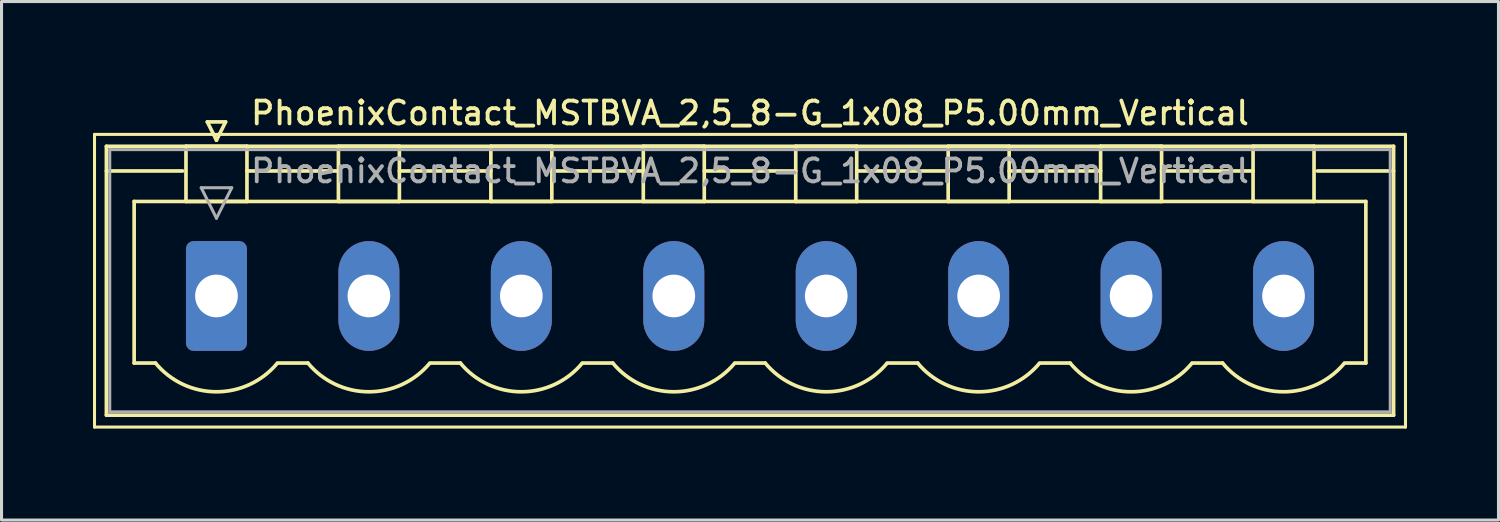
<source format=kicad_pcb>
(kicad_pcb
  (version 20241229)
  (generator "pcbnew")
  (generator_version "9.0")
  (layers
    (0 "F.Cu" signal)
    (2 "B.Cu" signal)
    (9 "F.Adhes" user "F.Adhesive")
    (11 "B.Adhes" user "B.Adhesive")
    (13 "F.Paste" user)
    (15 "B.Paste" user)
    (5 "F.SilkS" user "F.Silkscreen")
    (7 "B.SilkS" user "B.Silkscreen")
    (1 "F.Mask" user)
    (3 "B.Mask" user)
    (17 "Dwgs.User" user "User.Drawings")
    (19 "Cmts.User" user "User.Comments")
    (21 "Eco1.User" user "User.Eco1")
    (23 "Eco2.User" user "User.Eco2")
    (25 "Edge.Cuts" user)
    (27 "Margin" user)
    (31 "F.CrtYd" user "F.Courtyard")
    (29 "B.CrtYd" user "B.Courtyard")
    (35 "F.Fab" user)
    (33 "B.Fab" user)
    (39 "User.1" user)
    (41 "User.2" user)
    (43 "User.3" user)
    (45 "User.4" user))
  (footprint "PhoenixContact_MSTBVA_2,5_8-G_1x08_P5.00mm_Vertical"
    (layer "F.Cu")
    (at 4.05 6.658)
    (property "Reference" "PhoenixContact_MSTBVA_2,5_8-G_1x08_P5.00mm_Vertical" (at 17.5 -6 0) (layer "F.SilkS") (effects (font (size 0.75 0.75) (thickness 0.125))))
    (attr through_hole)
    (fp_line (start -4 -5.3) (end -4 4.3) (stroke (width 0.1) (type solid)) (layer "F.SilkS"))
    (fp_line (start -4 4.3) (end 39 4.3) (stroke (width 0.1) (type solid)) (layer "F.SilkS"))
    (fp_line (start -3.61 -4.91) (end -3.61 3.91) (stroke (width 0.12) (type solid)) (layer "F.SilkS"))
    (fp_line (start -3.61 -4.1) (end -1.11 -4.1) (stroke (width 0.12) (type solid)) (layer "F.SilkS"))
    (fp_line (start -3.61 3.91) (end 38.61 3.91) (stroke (width 0.12) (type solid)) (layer "F.SilkS"))
    (fp_line (start -2.7 -3.1) (end 37.7 -3.1) (stroke (width 0.12) (type solid)) (layer "F.SilkS"))
    (fp_line (start -2.7 2.2) (end -2.7 -3.1) (stroke (width 0.12) (type solid)) (layer "F.SilkS"))
    (fp_line (start -2 2.2) (end -2.7 2.2) (stroke (width 0.12) (type solid)) (layer "F.SilkS"))
    (fp_line (start -1 -4.91) (end 1 -4.91) (stroke (width 0.12) (type solid)) (layer "F.SilkS"))
    (fp_line (start -1 -3.1) (end -1 -4.91) (stroke (width 0.12) (type solid)) (layer "F.SilkS"))
    (fp_line (start -0.3 -5.71) (end 0.3 -5.71) (stroke (width 0.12) (type solid)) (layer "F.SilkS"))
    (fp_line (start 0 -5.11) (end -0.3 -5.71) (stroke (width 0.12) (type solid)) (layer "F.SilkS"))
    (fp_line (start 0.3 -5.71) (end 0 -5.11) (stroke (width 0.12) (type solid)) (layer "F.SilkS"))
    (fp_line (start 1 -4.91) (end 1 -3.1) (stroke (width 0.12) (type solid)) (layer "F.SilkS"))
    (fp_line (start 1 -4.1) (end 4 -4.1) (stroke (width 0.12) (type solid)) (layer "F.SilkS"))
    (fp_line (start 1 -3.1) (end -1 -3.1) (stroke (width 0.12) (type solid)) (layer "F.SilkS"))
    (fp_line (start 2 2.2) (end 3 2.2) (stroke (width 0.12) (type solid)) (layer "F.SilkS"))
    (fp_line (start 4 -4.91) (end 6 -4.91) (stroke (width 0.12) (type solid)) (layer "F.SilkS"))
    (fp_line (start 4 -3.1) (end 4 -4.91) (stroke (width 0.12) (type solid)) (layer "F.SilkS"))
    (fp_line (start 6 -4.91) (end 6 -3.1) (stroke (width 0.12) (type solid)) (layer "F.SilkS"))
    (fp_line (start 6 -4.1) (end 9 -4.1) (stroke (width 0.12) (type solid)) (layer "F.SilkS"))
    (fp_line (start 6 -3.1) (end 4 -3.1) (stroke (width 0.12) (type solid)) (layer "F.SilkS"))
    (fp_line (start 7 2.2) (end 8 2.2) (stroke (width 0.12) (type solid)) (layer "F.SilkS"))
    (fp_line (start 9 -4.91) (end 11 -4.91) (stroke (width 0.12) (type solid)) (layer "F.SilkS"))
    (fp_line (start 9 -3.1) (end 9 -4.91) (stroke (width 0.12) (type solid)) (layer "F.SilkS"))
    (fp_line (start 11 -4.91) (end 11 -3.1) (stroke (width 0.12) (type solid)) (layer "F.SilkS"))
    (fp_line (start 11 -4.1) (end 14 -4.1) (stroke (width 0.12) (type solid)) (layer "F.SilkS"))
    (fp_line (start 11 -3.1) (end 9 -3.1) (stroke (width 0.12) (type solid)) (layer "F.SilkS"))
    (fp_line (start 12 2.2) (end 13 2.2) (stroke (width 0.12) (type solid)) (layer "F.SilkS"))
    (fp_line (start 14 -4.91) (end 16 -4.91) (stroke (width 0.12) (type solid)) (layer "F.SilkS"))
    (fp_line (start 14 -3.1) (end 14 -4.91) (stroke (width 0.12) (type solid)) (layer "F.SilkS"))
    (fp_line (start 16 -4.91) (end 16 -3.1) (stroke (width 0.12) (type solid)) (layer "F.SilkS"))
    (fp_line (start 16 -4.1) (end 19 -4.1) (stroke (width 0.12) (type solid)) (layer "F.SilkS"))
    (fp_line (start 16 -3.1) (end 14 -3.1) (stroke (width 0.12) (type solid)) (layer "F.SilkS"))
    (fp_line (start 17 2.2) (end 18 2.2) (stroke (width 0.12) (type solid)) (layer "F.SilkS"))
    (fp_line (start 19 -4.91) (end 21 -4.91) (stroke (width 0.12) (type solid)) (layer "F.SilkS"))
    (fp_line (start 19 -3.1) (end 19 -4.91) (stroke (width 0.12) (type solid)) (layer "F.SilkS"))
    (fp_line (start 21 -4.91) (end 21 -3.1) (stroke (width 0.12) (type solid)) (layer "F.SilkS"))
    (fp_line (start 21 -4.1) (end 24 -4.1) (stroke (width 0.12) (type solid)) (layer "F.SilkS"))
    (fp_line (start 21 -3.1) (end 19 -3.1) (stroke (width 0.12) (type solid)) (layer "F.SilkS"))
    (fp_line (start 22 2.2) (end 23 2.2) (stroke (width 0.12) (type solid)) (layer "F.SilkS"))
    (fp_line (start 24 -4.91) (end 26 -4.91) (stroke (width 0.12) (type solid)) (layer "F.SilkS"))
    (fp_line (start 24 -3.1) (end 24 -4.91) (stroke (width 0.12) (type solid)) (layer "F.SilkS"))
    (fp_line (start 26 -4.91) (end 26 -3.1) (stroke (width 0.12) (type solid)) (layer "F.SilkS"))
    (fp_line (start 26 -4.1) (end 29 -4.1) (stroke (width 0.12) (type solid)) (layer "F.SilkS"))
    (fp_line (start 26 -3.1) (end 24 -3.1) (stroke (width 0.12) (type solid)) (layer "F.SilkS"))
    (fp_line (start 27 2.2) (end 28 2.2) (stroke (width 0.12) (type solid)) (layer "F.SilkS"))
    (fp_line (start 29 -4.91) (end 31 -4.91) (stroke (width 0.12) (type solid)) (layer "F.SilkS"))
    (fp_line (start 29 -3.1) (end 29 -4.91) (stroke (width 0.12) (type solid)) (layer "F.SilkS"))
    (fp_line (start 31 -4.91) (end 31 -3.1) (stroke (width 0.12) (type solid)) (layer "F.SilkS"))
    (fp_line (start 31 -4.1) (end 34 -4.1) (stroke (width 0.12) (type solid)) (layer "F.SilkS"))
    (fp_line (start 31 -3.1) (end 29 -3.1) (stroke (width 0.12) (type solid)) (layer "F.SilkS"))
    (fp_line (start 32 2.2) (end 33 2.2) (stroke (width 0.12) (type solid)) (layer "F.SilkS"))
    (fp_line (start 34 -4.91) (end 36 -4.91) (stroke (width 0.12) (type solid)) (layer "F.SilkS"))
    (fp_line (start 34 -3.1) (end 34 -4.91) (stroke (width 0.12) (type solid)) (layer "F.SilkS"))
    (fp_line (start 36 -4.91) (end 36 -3.1) (stroke (width 0.12) (type solid)) (layer "F.SilkS"))
    (fp_line (start 36 -3.1) (end 34 -3.1) (stroke (width 0.12) (type solid)) (layer "F.SilkS"))
    (fp_line (start 37.7 -3.1) (end 37.7 2.2) (stroke (width 0.12) (type solid)) (layer "F.SilkS"))
    (fp_line (start 37.7 2.2) (end 37 2.2) (stroke (width 0.12) (type solid)) (layer "F.SilkS"))
    (fp_line (start 38.61 -4.91) (end -3.61 -4.91) (stroke (width 0.12) (type solid)) (layer "F.SilkS"))
    (fp_line (start 38.61 -4.1) (end 36.11 -4.1) (stroke (width 0.12) (type solid)) (layer "F.SilkS"))
    (fp_line (start 38.61 3.91) (end 38.61 -4.91) (stroke (width 0.12) (type solid)) (layer "F.SilkS"))
    (fp_line (start 39 -5.3) (end -4 -5.3) (stroke (width 0.1) (type solid)) (layer "F.SilkS"))
    (fp_line (start 39 4.3) (end 39 -5.3) (stroke (width 0.1) (type solid)) (layer "F.SilkS"))
    (fp_arc (start 1.986842 2.215821) (mid -0.010289 3.142758) (end -2 2.2) (stroke (width 0.12) (type solid)) (layer "F.SilkS"))
    (fp_arc (start 6.986842 2.215821) (mid 4.989711 3.142758) (end 3 2.2) (stroke (width 0.12) (type solid)) (layer "F.SilkS"))
    (fp_arc (start 11.986842 2.215821) (mid 9.989711 3.142758) (end 8 2.2) (stroke (width 0.12) (type solid)) (layer "F.SilkS"))
    (fp_arc (start 16.986842 2.215821) (mid 14.989711 3.142758) (end 13 2.2) (stroke (width 0.12) (type solid)) (layer "F.SilkS"))
    (fp_arc (start 21.986842 2.215821) (mid 19.989711 3.142758) (end 18 2.2) (stroke (width 0.12) (type solid)) (layer "F.SilkS"))
    (fp_arc (start 26.986842 2.215821) (mid 24.989711 3.142758) (end 23 2.2) (stroke (width 0.12) (type solid)) (layer "F.SilkS"))
    (fp_arc (start 31.986842 2.215821) (mid 29.989711 3.142758) (end 28 2.2) (stroke (width 0.12) (type solid)) (layer "F.SilkS"))
    (fp_arc (start 36.986842 2.215821) (mid 34.989711 3.142758) (end 33 2.2) (stroke (width 0.12) (type solid)) (layer "F.SilkS"))
    (fp_line (start -3.5 -4.8) (end -3.5 3.8) (stroke (width 0.1) (type solid)) (layer "F.Fab"))
    (fp_line (start -3.5 3.8) (end 38.5 3.8) (stroke (width 0.1) (type solid)) (layer "F.Fab"))
    (fp_line (start -0.5 -3.55) (end 0.5 -3.55) (stroke (width 0.1) (type solid)) (layer "F.Fab"))
    (fp_line (start 0 -2.55) (end -0.5 -3.55) (stroke (width 0.1) (type solid)) (layer "F.Fab"))
    (fp_line (start 0.5 -3.55) (end 0 -2.55) (stroke (width 0.1) (type solid)) (layer "F.Fab"))
    (fp_line (start 38.5 -4.8) (end -3.5 -4.8) (stroke (width 0.1) (type solid)) (layer "F.Fab"))
    (fp_line (start 38.5 3.8) (end 38.5 -4.8) (stroke (width 0.1) (type solid)) (layer "F.Fab"))
    (fp_text user "${REFERENCE}" (at 17.5 -4.1 0) (layer "F.Fab") (effects (font (size 0.75 0.75) (thickness 0.125))))
    (pad "1" thru_hole roundrect (at 0 0) (size 2 3.6) (drill 1.4) (layers "*.Cu" "*.Mask") (roundrect_rratio 0.125))
    (pad "2" thru_hole oval (at 5 0) (size 2 3.6) (drill 1.4) (layers "*.Cu" "*.Mask"))
    (pad "3" thru_hole oval (at 10 0) (size 2 3.6) (drill 1.4) (layers "*.Cu" "*.Mask"))
    (pad "4" thru_hole oval (at 15 0) (size 2 3.6) (drill 1.4) (layers "*.Cu" "*.Mask"))
    (pad "5" thru_hole oval (at 20 0) (size 2 3.6) (drill 1.4) (layers "*.Cu" "*.Mask"))
    (pad "6" thru_hole oval (at 25 0) (size 2 3.6) (drill 1.4) (layers "*.Cu" "*.Mask"))
    (pad "7" thru_hole oval (at 30 0) (size 2 3.6) (drill 1.4) (layers "*.Cu" "*.Mask"))
    (pad "8" thru_hole oval (at 35 0) (size 2 3.6) (drill 1.4) (layers "*.Cu" "*.Mask")))
  (gr_rect
    (start -3 -3)
    (end 46.1 14.008)
    (stroke (width 0.1) (type default))
    (fill no)
    (layer "Edge.Cuts")))
</source>
